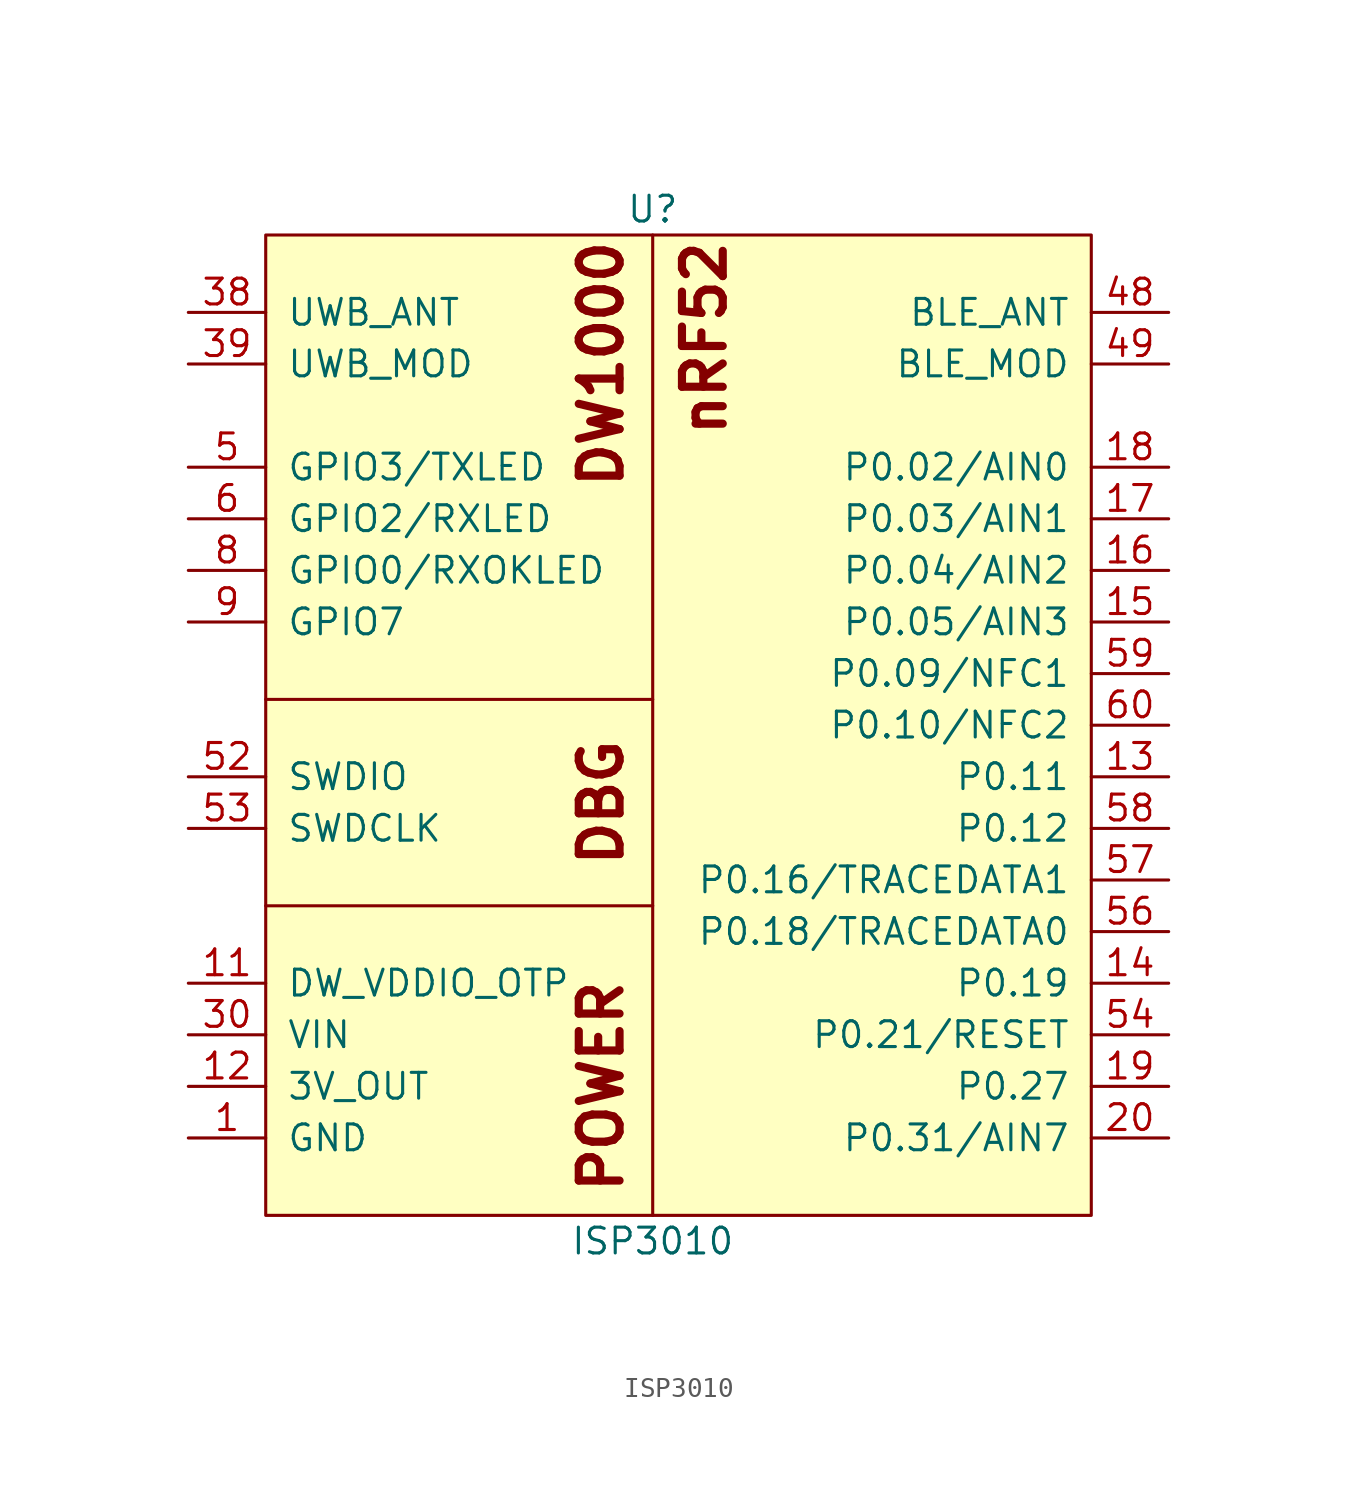
<source format=kicad_sym>
(kicad_symbol_lib
  (version 20220914)
  (generator kicad_symbol_editor)
  (symbol "ISP3010"
    (pin_names
      (offset 1.016))
    (property "Reference" "U"
      (at 19.05 1.27 0)
      (effects (font (size 1.27 1.27))))
    (property "Value" "ISP3010"
      (at 19.05 -49.53 0)
      (effects (font (size 1.27 1.27))))
    (symbol "ISP3010_0_0"
      (text "DW1000" (at 16.51 -6.35 900) (effects (font (size 2.007 2.007) bold))))
    (symbol "ISP3010_0_1"
      (polyline (pts (xy 19.05 -22.86) (xy 0 -22.86)) (stroke (width 0) (type default)) (fill (type none)))
      (polyline (pts (xy 19.05 0) (xy 19.05 -48.26)) (stroke (width 0) (type default)) (fill (type none)))
      (rectangle (start 0 0) (end 40.64 -48.26) (stroke (width 0) (type default)) (fill (type background))))
    (symbol "ISP3010_1_1"
      (polyline (pts (xy 19.05 -33.02) (xy 0 -33.02)) (stroke (width 0) (type default)) (fill (type none)))
      (text "DBG" (at 16.51 -27.94 900) (effects (font (size 2.007 2.007) bold)))
      (text "nRF52" (at 21.59 -5.08 900) (effects (font (size 2.007 2.007) bold)))
      (text "POWER" (at 16.51 -41.91 900) (effects (font (size 2.007 2.007) bold)))
      (pin power_in line (at -3.81 -44.45 0) (length 3.81) (name "GND" (effects (font (size 1.27 1.27)))) (number "1" (effects (font (size 1.27 1.27)))))
      (pin power_in line (at -3.81 -44.45 0) (length 3.81) hide (name "GND" (effects (font (size 1.27 1.27)))) (number "100" (effects (font (size 1.27 1.27)))))
      (pin power_in line (at -3.81 -44.45 0) (length 3.81) hide (name "GND" (effects (font (size 1.27 1.27)))) (number "101" (effects (font (size 1.27 1.27)))))
      (pin passive line (at -3.81 -36.83 0) (length 3.81) (name "DW_VDDIO_OTP" (effects (font (size 1.27 1.27)))) (number "11" (effects (font (size 1.27 1.27)))))
      (pin power_out line (at -3.81 -41.91 0) (length 3.81) (name "3V_OUT" (effects (font (size 1.27 1.27)))) (number "12" (effects (font (size 1.27 1.27)))))
      (pin bidirectional line (at 44.45 -26.67 180) (length 3.81) (name "P0.11" (effects (font (size 1.27 1.27)))) (number "13" (effects (font (size 1.27 1.27)))))
      (pin bidirectional line (at 44.45 -36.83 180) (length 3.81) (name "P0.19" (effects (font (size 1.27 1.27)))) (number "14" (effects (font (size 1.27 1.27)))))
      (pin bidirectional line (at 44.45 -19.05 180) (length 3.81) (name "P0.05/AIN3" (effects (font (size 1.27 1.27)))) (number "15" (effects (font (size 1.27 1.27)))))
      (pin bidirectional line (at 44.45 -16.51 180) (length 3.81) (name "P0.04/AIN2" (effects (font (size 1.27 1.27)))) (number "16" (effects (font (size 1.27 1.27)))))
      (pin bidirectional line (at 44.45 -13.97 180) (length 3.81) (name "P0.03/AIN1" (effects (font (size 1.27 1.27)))) (number "17" (effects (font (size 1.27 1.27)))))
      (pin bidirectional line (at 44.45 -11.43 180) (length 3.81) (name "P0.02/AIN0" (effects (font (size 1.27 1.27)))) (number "18" (effects (font (size 1.27 1.27)))))
      (pin bidirectional line (at 44.45 -41.91 180) (length 3.81) (name "P0.27" (effects (font (size 1.27 1.27)))) (number "19" (effects (font (size 1.27 1.27)))))
      (pin power_in line (at -3.81 -44.45 0) (length 3.81) hide (name "GND" (effects (font (size 1.27 1.27)))) (number "2" (effects (font (size 1.27 1.27)))))
      (pin bidirectional line (at 44.45 -44.45 180) (length 3.81) (name "P0.31/AIN7" (effects (font (size 1.27 1.27)))) (number "20" (effects (font (size 1.27 1.27)))))
      (pin power_in line (at -3.81 -44.45 0) (length 3.81) hide (name "GND" (effects (font (size 1.27 1.27)))) (number "21" (effects (font (size 1.27 1.27)))))
      (pin power_in line (at -3.81 -44.45 0) (length 3.81) hide (name "GND" (effects (font (size 1.27 1.27)))) (number "22" (effects (font (size 1.27 1.27)))))
      (pin power_in line (at -3.81 -44.45 0) (length 3.81) hide (name "GND" (effects (font (size 1.27 1.27)))) (number "23" (effects (font (size 1.27 1.27)))))
      (pin power_in line (at -3.81 -44.45 0) (length 3.81) hide (name "GND" (effects (font (size 1.27 1.27)))) (number "24" (effects (font (size 1.27 1.27)))))
      (pin power_in line (at -3.81 -44.45 0) (length 3.81) hide (name "GND" (effects (font (size 1.27 1.27)))) (number "25" (effects (font (size 1.27 1.27)))))
      (pin power_in line (at -3.81 -44.45 0) (length 3.81) hide (name "GND" (effects (font (size 1.27 1.27)))) (number "26" (effects (font (size 1.27 1.27)))))
      (pin power_in line (at -3.81 -44.45 0) (length 3.81) hide (name "GND" (effects (font (size 1.27 1.27)))) (number "27" (effects (font (size 1.27 1.27)))))
      (pin power_in line (at -3.81 -44.45 0) (length 3.81) hide (name "GND" (effects (font (size 1.27 1.27)))) (number "28" (effects (font (size 1.27 1.27)))))
      (pin power_in line (at -3.81 -44.45 0) (length 3.81) hide (name "GND" (effects (font (size 1.27 1.27)))) (number "29" (effects (font (size 1.27 1.27)))))
      (pin power_in line (at -3.81 -44.45 0) (length 3.81) hide (name "GND" (effects (font (size 1.27 1.27)))) (number "3" (effects (font (size 1.27 1.27)))))
      (pin power_in line (at -3.81 -39.37 0) (length 3.81) (name "VIN" (effects (font (size 1.27 1.27)))) (number "30" (effects (font (size 1.27 1.27)))))
      (pin power_in line (at -3.81 -44.45 0) (length 3.81) hide (name "GND" (effects (font (size 1.27 1.27)))) (number "31" (effects (font (size 1.27 1.27)))))
      (pin power_in line (at -3.81 -44.45 0) (length 3.81) hide (name "GND" (effects (font (size 1.27 1.27)))) (number "32" (effects (font (size 1.27 1.27)))))
      (pin power_in line (at -3.81 -44.45 0) (length 3.81) hide (name "GND" (effects (font (size 1.27 1.27)))) (number "33" (effects (font (size 1.27 1.27)))))
      (pin power_in line (at -3.81 -44.45 0) (length 3.81) hide (name "GND" (effects (font (size 1.27 1.27)))) (number "34" (effects (font (size 1.27 1.27)))))
      (pin power_in line (at -3.81 -44.45 0) (length 3.81) hide (name "GND" (effects (font (size 1.27 1.27)))) (number "35" (effects (font (size 1.27 1.27)))))
      (pin power_in line (at -3.81 -44.45 0) (length 3.81) hide (name "GND" (effects (font (size 1.27 1.27)))) (number "36" (effects (font (size 1.27 1.27)))))
      (pin power_in line (at -3.81 -44.45 0) (length 3.81) hide (name "GND" (effects (font (size 1.27 1.27)))) (number "37" (effects (font (size 1.27 1.27)))))
      (pin passive line (at -3.81 -3.81 0) (length 3.81) (name "UWB_ANT" (effects (font (size 1.27 1.27)))) (number "38" (effects (font (size 1.27 1.27)))))
      (pin passive line (at -3.81 -6.35 0) (length 3.81) (name "UWB_MOD" (effects (font (size 1.27 1.27)))) (number "39" (effects (font (size 1.27 1.27)))))
      (pin power_in line (at -3.81 -44.45 0) (length 3.81) hide (name "GND" (effects (font (size 1.27 1.27)))) (number "4" (effects (font (size 1.27 1.27)))))
      (pin power_in line (at -3.81 -44.45 0) (length 3.81) hide (name "GND" (effects (font (size 1.27 1.27)))) (number "40" (effects (font (size 1.27 1.27)))))
      (pin power_in line (at -3.81 -44.45 0) (length 3.81) hide (name "GND" (effects (font (size 1.27 1.27)))) (number "41" (effects (font (size 1.27 1.27)))))
      (pin power_in line (at -3.81 -44.45 0) (length 3.81) hide (name "GND" (effects (font (size 1.27 1.27)))) (number "42" (effects (font (size 1.27 1.27)))))
      (pin power_in line (at -3.81 -44.45 0) (length 3.81) hide (name "GND" (effects (font (size 1.27 1.27)))) (number "43" (effects (font (size 1.27 1.27)))))
      (pin power_in line (at -3.81 -44.45 0) (length 3.81) hide (name "GND" (effects (font (size 1.27 1.27)))) (number "44" (effects (font (size 1.27 1.27)))))
      (pin power_in line (at -3.81 -44.45 0) (length 3.81) hide (name "GND" (effects (font (size 1.27 1.27)))) (number "45" (effects (font (size 1.27 1.27)))))
      (pin power_in line (at -3.81 -44.45 0) (length 3.81) hide (name "GND" (effects (font (size 1.27 1.27)))) (number "46" (effects (font (size 1.27 1.27)))))
      (pin power_in line (at -3.81 -44.45 0) (length 3.81) hide (name "GND" (effects (font (size 1.27 1.27)))) (number "47" (effects (font (size 1.27 1.27)))))
      (pin passive line (at 44.45 -3.81 180) (length 3.81) (name "BLE_ANT" (effects (font (size 1.27 1.27)))) (number "48" (effects (font (size 1.27 1.27)))))
      (pin passive line (at 44.45 -6.35 180) (length 3.81) (name "BLE_MOD" (effects (font (size 1.27 1.27)))) (number "49" (effects (font (size 1.27 1.27)))))
      (pin bidirectional line (at -3.81 -11.43 0) (length 3.81) (name "GPIO3/TXLED" (effects (font (size 1.27 1.27)))) (number "5" (effects (font (size 1.27 1.27)))))
      (pin power_in line (at -3.81 -44.45 0) (length 3.81) hide (name "GND" (effects (font (size 1.27 1.27)))) (number "50" (effects (font (size 1.27 1.27)))))
      (pin power_in line (at -3.81 -44.45 0) (length 3.81) hide (name "GND" (effects (font (size 1.27 1.27)))) (number "51" (effects (font (size 1.27 1.27)))))
      (pin passive line (at -3.81 -26.67 0) (length 3.81) (name "SWDIO" (effects (font (size 1.27 1.27)))) (number "52" (effects (font (size 1.27 1.27)))))
      (pin passive line (at -3.81 -29.21 0) (length 3.81) (name "SWDCLK" (effects (font (size 1.27 1.27)))) (number "53" (effects (font (size 1.27 1.27)))))
      (pin bidirectional line (at 44.45 -39.37 180) (length 3.81) (name "P0.21/RESET" (effects (font (size 1.27 1.27)))) (number "54" (effects (font (size 1.27 1.27)))))
      (pin bidirectional line (at 44.45 -34.29 180) (length 3.81) (name "P0.18/TRACEDATA0" (effects (font (size 1.27 1.27)))) (number "56" (effects (font (size 1.27 1.27)))))
      (pin bidirectional line (at 44.45 -31.75 180) (length 3.81) (name "P0.16/TRACEDATA1" (effects (font (size 1.27 1.27)))) (number "57" (effects (font (size 1.27 1.27)))))
      (pin bidirectional line (at 44.45 -29.21 180) (length 3.81) (name "P0.12" (effects (font (size 1.27 1.27)))) (number "58" (effects (font (size 1.27 1.27)))))
      (pin bidirectional line (at 44.45 -21.59 180) (length 3.81) (name "P0.09/NFC1" (effects (font (size 1.27 1.27)))) (number "59" (effects (font (size 1.27 1.27)))))
      (pin bidirectional line (at -3.81 -13.97 0) (length 3.81) (name "GPIO2/RXLED" (effects (font (size 1.27 1.27)))) (number "6" (effects (font (size 1.27 1.27)))))
      (pin bidirectional line (at 44.45 -24.13 180) (length 3.81) (name "P0.10/NFC2" (effects (font (size 1.27 1.27)))) (number "60" (effects (font (size 1.27 1.27)))))
      (pin power_in line (at -3.81 -44.45 0) (length 3.81) hide (name "GND" (effects (font (size 1.27 1.27)))) (number "7" (effects (font (size 1.27 1.27)))))
      (pin bidirectional line (at -3.81 -16.51 0) (length 3.81) (name "GPIO0/RXOKLED" (effects (font (size 1.27 1.27)))) (number "8" (effects (font (size 1.27 1.27)))))
      (pin bidirectional line (at -3.81 -19.05 0) (length 3.81) (name "GPIO7" (effects (font (size 1.27 1.27)))) (number "9" (effects (font (size 1.27 1.27)))))
      (pin power_in line (at -3.81 -44.45 0) (length 3.81) hide (name "GND" (effects (font (size 1.27 1.27)))) (number "96" (effects (font (size 1.27 1.27)))))
      (pin power_in line (at -3.81 -44.45 0) (length 3.81) hide (name "GND" (effects (font (size 1.27 1.27)))) (number "97" (effects (font (size 1.27 1.27)))))
      (pin power_in line (at -3.81 -44.45 0) (length 3.81) hide (name "GND" (effects (font (size 1.27 1.27)))) (number "98" (effects (font (size 1.27 1.27)))))
      (pin power_in line (at -3.81 -44.45 0) (length 3.81) hide (name "GND" (effects (font (size 1.27 1.27)))) (number "99" (effects (font (size 1.27 1.27))))))))
</source>
